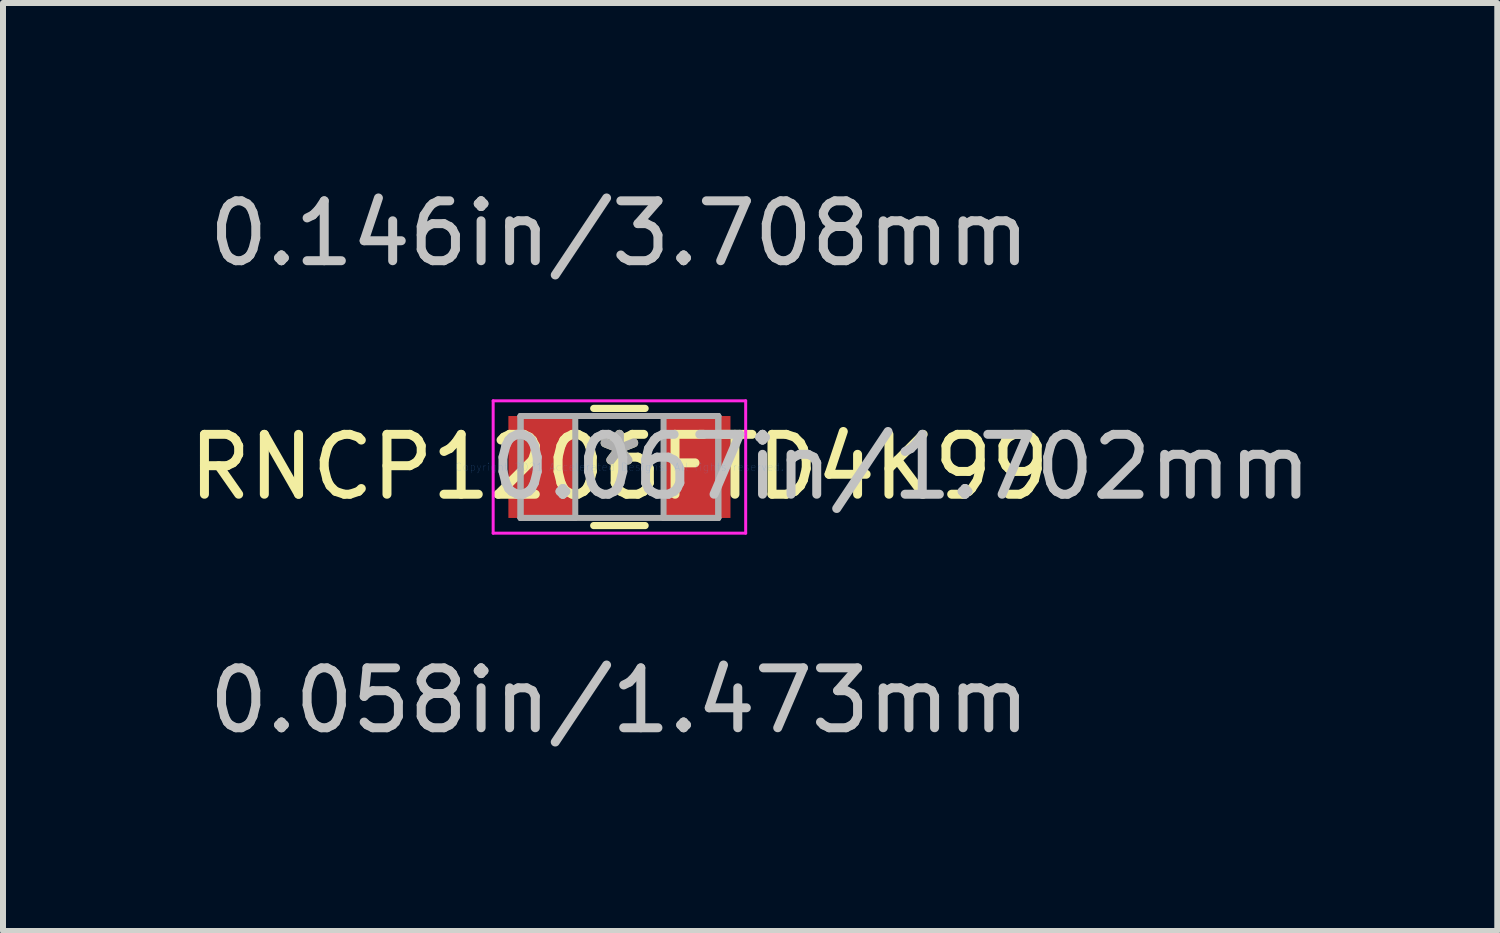
<source format=kicad_pcb>
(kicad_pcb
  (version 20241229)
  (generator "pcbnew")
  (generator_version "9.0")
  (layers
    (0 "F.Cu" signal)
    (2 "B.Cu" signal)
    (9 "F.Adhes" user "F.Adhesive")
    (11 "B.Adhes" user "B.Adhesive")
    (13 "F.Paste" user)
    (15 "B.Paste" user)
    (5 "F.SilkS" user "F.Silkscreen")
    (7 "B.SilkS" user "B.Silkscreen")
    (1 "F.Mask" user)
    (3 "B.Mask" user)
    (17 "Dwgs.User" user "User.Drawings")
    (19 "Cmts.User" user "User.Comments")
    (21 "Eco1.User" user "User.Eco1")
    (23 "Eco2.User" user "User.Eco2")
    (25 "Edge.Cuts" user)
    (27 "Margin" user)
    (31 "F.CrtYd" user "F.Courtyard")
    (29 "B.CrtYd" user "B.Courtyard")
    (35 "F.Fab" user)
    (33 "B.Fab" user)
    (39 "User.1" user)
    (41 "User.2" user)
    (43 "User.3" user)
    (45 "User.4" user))
  (footprint "RNCP1206FTD4K99"
    (layer "F.Cu")
    (at 7.292 4.747)
    (property "Reference" "RNCP1206FTD4K99" (at 0 0 0) (layer "F.SilkS") (effects (font (size 1 1) (thickness 0.15))))
    (attr through_hole)
    (fp_line (start -0.429 0.978) (end 0.429 0.978) (stroke (width 0.12) (type solid)) (layer "F.SilkS"))
    (fp_line (start 0.429 -0.978) (end -0.429 -0.978) (stroke (width 0.12) (type solid)) (layer "F.SilkS"))
    (fp_line (start -2.108 -1.105) (end 2.108 -1.105) (stroke (width 0.05) (type solid)) (layer "F.CrtYd"))
    (fp_line (start -2.108 1.105) (end -2.108 -1.105) (stroke (width 0.05) (type solid)) (layer "F.CrtYd"))
    (fp_line (start 2.108 -1.105) (end 2.108 1.105) (stroke (width 0.05) (type solid)) (layer "F.CrtYd"))
    (fp_line (start 2.108 1.105) (end -2.108 1.105) (stroke (width 0.05) (type solid)) (layer "F.CrtYd"))
    (fp_line (start -1.651 -0.851) (end -1.651 0.851) (stroke (width 0.1) (type solid)) (layer "F.Fab"))
    (fp_line (start -1.651 -0.851) (end -1.651 0.851) (stroke (width 0.1) (type solid)) (layer "F.Fab"))
    (fp_line (start -1.651 0.851) (end -0.737 0.851) (stroke (width 0.1) (type solid)) (layer "F.Fab"))
    (fp_line (start -1.651 0.851) (end 1.651 0.851) (stroke (width 0.1) (type solid)) (layer "F.Fab"))
    (fp_line (start -0.737 -0.851) (end -1.651 -0.851) (stroke (width 0.1) (type solid)) (layer "F.Fab"))
    (fp_line (start -0.737 0.851) (end -0.737 -0.851) (stroke (width 0.1) (type solid)) (layer "F.Fab"))
    (fp_line (start 0.737 -0.851) (end 0.737 0.851) (stroke (width 0.1) (type solid)) (layer "F.Fab"))
    (fp_line (start 0.737 0.851) (end 1.651 0.851) (stroke (width 0.1) (type solid)) (layer "F.Fab"))
    (fp_line (start 1.651 -0.851) (end -1.651 -0.851) (stroke (width 0.1) (type solid)) (layer "F.Fab"))
    (fp_line (start 1.651 -0.851) (end 0.737 -0.851) (stroke (width 0.1) (type solid)) (layer "F.Fab"))
    (fp_line (start 1.651 0.851) (end 1.651 -0.851) (stroke (width 0.1) (type solid)) (layer "F.Fab"))
    (fp_line (start 1.651 0.851) (end 1.651 -0.851) (stroke (width 0.1) (type solid)) (layer "F.Fab"))
    (fp_text user "*" (at 0 0 0) (layer "F.SilkS") (effects (font (size 1 1) (thickness 0.15))))
    (fp_text user "0.146in/3.708mm" (at 0 -3.899 0) (layer "Dwgs.User") (effects (font (size 1 1) (thickness 0.15))))
    (fp_text user "0.067in/1.702mm" (at 4.699 0 0) (layer "Dwgs.User") (effects (font (size 1 1) (thickness 0.15))))
    (fp_text user "0.058in/1.473mm" (at 0 3.899 0) (layer "Dwgs.User") (effects (font (size 1 1) (thickness 0.15))))
    (fp_text user "Copyright 2021 Accelerated Designs. All rights reserved." (at 0 0 0) (layer "Cmts.User") (effects (font (size 0.127 0.127) (thickness 0.002))))
    (fp_text user "*" (at 0 0 0) (layer "F.Fab") (effects (font (size 1 1) (thickness 0.15))))
    (pad "1" smd rect (at -1.295 0) (size 1.118 1.702) (layers "F.Cu" "F.Mask" "F.Paste"))
    (pad "2" smd rect (at 1.295 0) (size 1.118 1.702) (layers "F.Cu" "F.Mask" "F.Paste")))
  (gr_rect
    (start -3 -3)
    (end 21.949 12.494)
    (stroke (width 0.1) (type default))
    (fill no)
    (layer "Edge.Cuts")))
</source>
